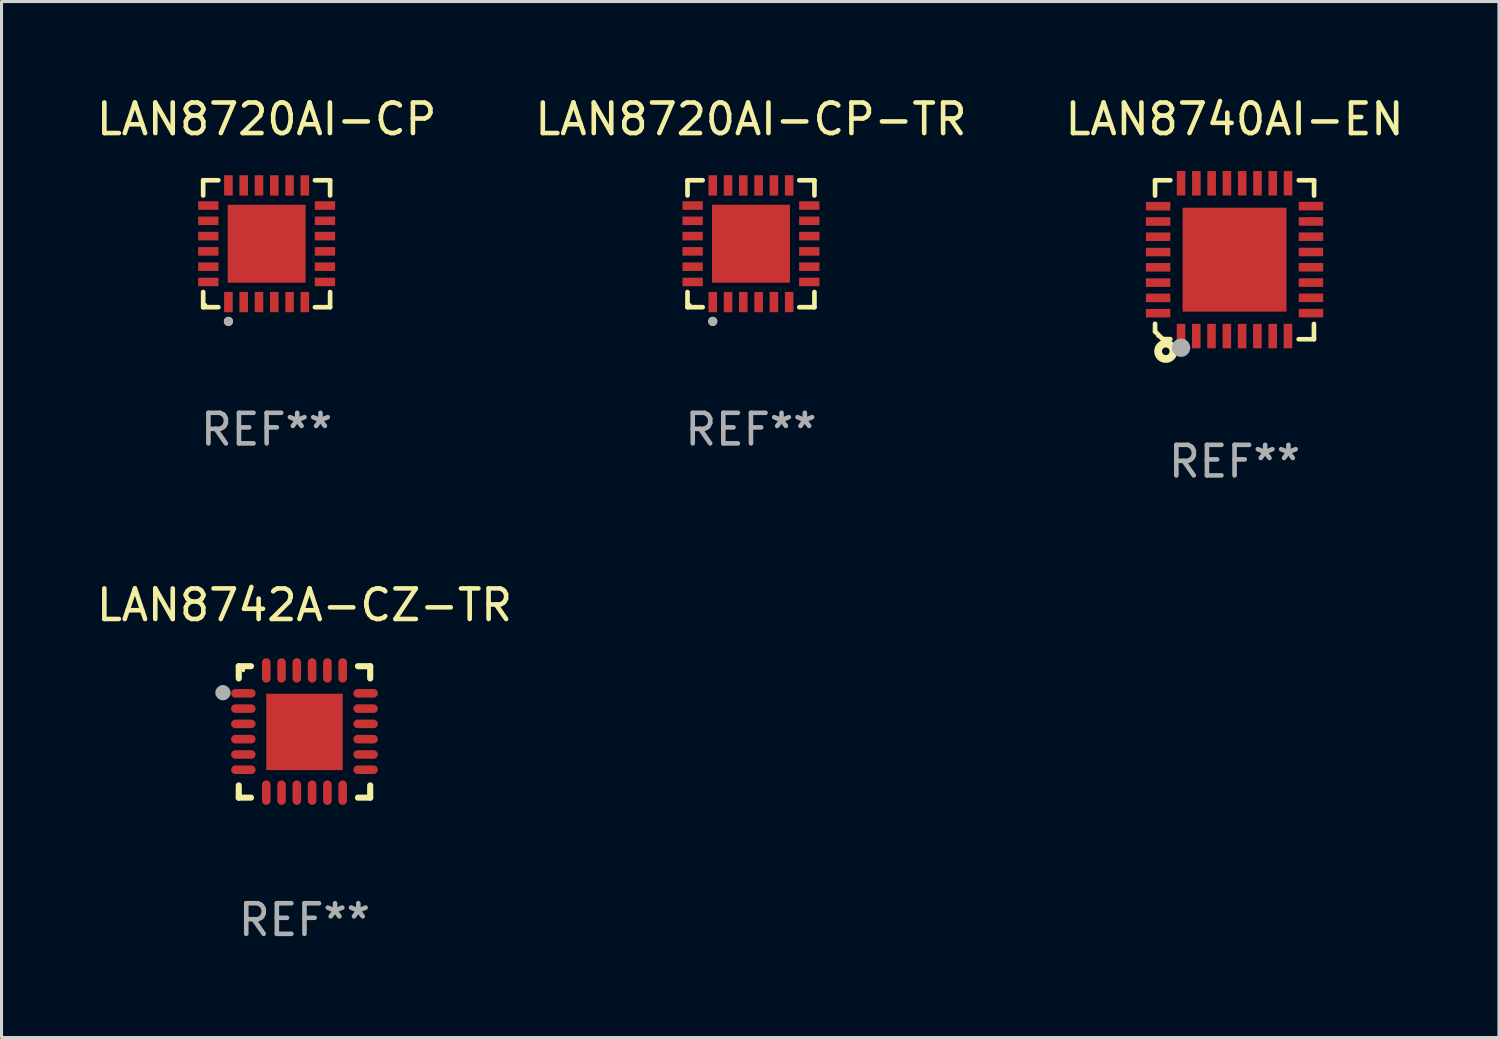
<source format=kicad_pcb>
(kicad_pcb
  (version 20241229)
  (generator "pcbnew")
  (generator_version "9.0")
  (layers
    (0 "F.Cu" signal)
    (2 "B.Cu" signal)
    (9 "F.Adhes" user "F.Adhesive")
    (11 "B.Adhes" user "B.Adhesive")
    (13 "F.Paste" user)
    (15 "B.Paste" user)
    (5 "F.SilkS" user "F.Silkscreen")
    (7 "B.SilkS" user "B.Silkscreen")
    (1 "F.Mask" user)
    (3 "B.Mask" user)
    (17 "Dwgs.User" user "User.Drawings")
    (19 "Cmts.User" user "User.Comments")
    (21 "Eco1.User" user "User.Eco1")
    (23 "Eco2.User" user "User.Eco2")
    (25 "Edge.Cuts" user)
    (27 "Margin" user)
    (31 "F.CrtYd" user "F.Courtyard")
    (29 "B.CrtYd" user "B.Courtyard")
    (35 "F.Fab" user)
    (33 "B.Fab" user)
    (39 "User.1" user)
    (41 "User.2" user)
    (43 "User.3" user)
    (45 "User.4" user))
  (footprint "LAN8720AI-CP-TR"
    (layer "F.Cu")
    (at 21.518 4.924)
    (property "Reference" "LAN8720AI-CP-TR" (at 0 -4.076 0) (layer "F.SilkS") (effects (font (size 1 1) (thickness 0.15))))
    (attr through_hole)
    (fp_line (start -2.076 -2.076) (end -1.58 -2.076) (stroke (width 0.152) (type solid)) (layer "F.SilkS"))
    (fp_line (start -2.076 -1.58) (end -2.076 -2.076) (stroke (width 0.152) (type solid)) (layer "F.SilkS"))
    (fp_line (start -2.076 1.58) (end -2.076 2.076) (stroke (width 0.152) (type solid)) (layer "F.SilkS"))
    (fp_line (start -2.076 2.076) (end -1.58 2.076) (stroke (width 0.152) (type solid)) (layer "F.SilkS"))
    (fp_line (start 2.076 -2.076) (end 1.58 -2.076) (stroke (width 0.152) (type solid)) (layer "F.SilkS"))
    (fp_line (start 2.076 -1.58) (end 2.076 -2.076) (stroke (width 0.152) (type solid)) (layer "F.SilkS"))
    (fp_line (start 2.076 1.58) (end 2.076 2.076) (stroke (width 0.152) (type solid)) (layer "F.SilkS"))
    (fp_line (start 2.076 2.076) (end 1.58 2.076) (stroke (width 0.152) (type solid)) (layer "F.SilkS"))
    (fp_circle (center -2 2) (end -1.97 2) (stroke (width 0.06) (type solid)) (fill no) (layer "F.SilkS"))
    (fp_circle (center -1.25 2.54) (end -1.175 2.54) (stroke (width 0.15) (type solid)) (fill no) (layer "F.SilkS"))
    (fp_circle (center -1.25 2.54) (end -1.175 2.54) (stroke (width 0.15) (type solid)) (fill no) (layer "F.Fab"))
    (fp_text user "REF**" (at 0 6.076 0) (layer "F.Fab") (effects (font (size 1 1) (thickness 0.15))))
    (pad "1" smd rect (at -1.25 1.908) (size 0.28 0.665) (layers "F.Cu" "F.Mask" "F.Paste"))
    (pad "2" smd rect (at -0.75 1.908) (size 0.28 0.665) (layers "F.Cu" "F.Mask" "F.Paste"))
    (pad "3" smd rect (at -0.25 1.908) (size 0.28 0.665) (layers "F.Cu" "F.Mask" "F.Paste"))
    (pad "4" smd rect (at 0.25 1.908) (size 0.28 0.665) (layers "F.Cu" "F.Mask" "F.Paste"))
    (pad "5" smd rect (at 0.75 1.908) (size 0.28 0.665) (layers "F.Cu" "F.Mask" "F.Paste"))
    (pad "6" smd rect (at 1.25 1.908) (size 0.28 0.665) (layers "F.Cu" "F.Mask" "F.Paste"))
    (pad "7" smd rect (at 1.908 1.25) (size 0.665 0.28) (layers "F.Cu" "F.Mask" "F.Paste"))
    (pad "8" smd rect (at 1.908 0.75) (size 0.665 0.28) (layers "F.Cu" "F.Mask" "F.Paste"))
    (pad "9" smd rect (at 1.908 0.25) (size 0.665 0.28) (layers "F.Cu" "F.Mask" "F.Paste"))
    (pad "10" smd rect (at 1.908 -0.25) (size 0.665 0.28) (layers "F.Cu" "F.Mask" "F.Paste"))
    (pad "11" smd rect (at 1.908 -0.75) (size 0.665 0.28) (layers "F.Cu" "F.Mask" "F.Paste"))
    (pad "12" smd rect (at 1.908 -1.25) (size 0.665 0.28) (layers "F.Cu" "F.Mask" "F.Paste"))
    (pad "13" smd rect (at 1.25 -1.908) (size 0.28 0.665) (layers "F.Cu" "F.Mask" "F.Paste"))
    (pad "14" smd rect (at 0.75 -1.908) (size 0.28 0.665) (layers "F.Cu" "F.Mask" "F.Paste"))
    (pad "15" smd rect (at 0.25 -1.908) (size 0.28 0.665) (layers "F.Cu" "F.Mask" "F.Paste"))
    (pad "16" smd rect (at -0.25 -1.908) (size 0.28 0.665) (layers "F.Cu" "F.Mask" "F.Paste"))
    (pad "17" smd rect (at -0.75 -1.908) (size 0.28 0.665) (layers "F.Cu" "F.Mask" "F.Paste"))
    (pad "18" smd rect (at -1.25 -1.908) (size 0.28 0.665) (layers "F.Cu" "F.Mask" "F.Paste"))
    (pad "19" smd rect (at -1.908 -1.25) (size 0.665 0.28) (layers "F.Cu" "F.Mask" "F.Paste"))
    (pad "20" smd rect (at -1.908 -0.75) (size 0.665 0.28) (layers "F.Cu" "F.Mask" "F.Paste"))
    (pad "21" smd rect (at -1.908 -0.25) (size 0.665 0.28) (layers "F.Cu" "F.Mask" "F.Paste"))
    (pad "22" smd rect (at -1.908 0.25) (size 0.665 0.28) (layers "F.Cu" "F.Mask" "F.Paste"))
    (pad "23" smd rect (at -1.908 0.75) (size 0.665 0.28) (layers "F.Cu" "F.Mask" "F.Paste"))
    (pad "24" smd rect (at -1.908 1.25) (size 0.665 0.28) (layers "F.Cu" "F.Mask" "F.Paste"))
    (pad "25" smd rect (at 0 0) (size 2.55 2.55) (layers "F.Cu" "F.Mask" "F.Paste")))
  (footprint "LAN8740AI-EN"
    (layer "F.Cu")
    (at 37.339 5.448)
    (property "Reference" "LAN8740AI-EN" (at 0 -4.6 0) (layer "F.SilkS") (effects (font (size 1 1) (thickness 0.15))))
    (attr through_hole)
    (fp_line (start -2.601 2.097) (end -2.601 2.347) (stroke (width 0.152) (type solid)) (layer "F.SilkS"))
    (fp_line (start -2.601 2.347) (end -2.351 2.597) (stroke (width 0.152) (type solid)) (layer "F.SilkS"))
    (fp_line (start -2.601 -2.6) (end -2.601 -2.1) (stroke (width 0.152) (type solid)) (layer "F.SilkS"))
    (fp_line (start -2.601 -2.6) (end -2.101 -2.6) (stroke (width 0.152) (type solid)) (layer "F.SilkS"))
    (fp_line (start -2.351 2.597) (end -2.101 2.597) (stroke (width 0.152) (type solid)) (layer "F.SilkS"))
    (fp_line (start 2.597 2.6) (end 2.097 2.6) (stroke (width 0.152) (type solid)) (layer "F.SilkS"))
    (fp_line (start 2.597 2.6) (end 2.597 2.1) (stroke (width 0.152) (type solid)) (layer "F.SilkS"))
    (fp_line (start 2.601 -2.6) (end 2.101 -2.6) (stroke (width 0.152) (type solid)) (layer "F.SilkS"))
    (fp_line (start 2.601 -2.6) (end 2.601 -2.1) (stroke (width 0.152) (type solid)) (layer "F.SilkS"))
    (fp_circle (center -2.501 2.497) (end -2.471 2.497) (stroke (width 0.06) (type solid)) (fill no) (layer "F.SilkS"))
    (fp_circle (center -2.25 2.995) (end -2.125 2.995) (stroke (width 0.254) (type solid)) (fill no) (layer "F.SilkS"))
    (fp_circle (center -1.751 2.878) (end -1.601 2.878) (stroke (width 0.3) (type solid)) (fill no) (layer "F.Fab"))
    (fp_text user "REF**" (at 0 6.6 0) (layer "F.Fab") (effects (font (size 1 1) (thickness 0.15))))
    (pad "1" smd rect (at -1.751 2.497) (size 0.28 0.8) (layers "F.Cu" "F.Mask" "F.Paste"))
    (pad "2" smd rect (at -1.253 2.497) (size 0.28 0.8) (layers "F.Cu" "F.Mask" "F.Paste"))
    (pad "3" smd rect (at -0.753 2.497) (size 0.28 0.8) (layers "F.Cu" "F.Mask" "F.Paste"))
    (pad "4" smd rect (at -0.253 2.497) (size 0.28 0.8) (layers "F.Cu" "F.Mask" "F.Paste"))
    (pad "5" smd rect (at 0.247 2.497) (size 0.28 0.8) (layers "F.Cu" "F.Mask" "F.Paste"))
    (pad "6" smd rect (at 0.747 2.497) (size 0.28 0.8) (layers "F.Cu" "F.Mask" "F.Paste"))
    (pad "7" smd rect (at 1.247 2.497) (size 0.28 0.8) (layers "F.Cu" "F.Mask" "F.Paste"))
    (pad "8" smd rect (at 1.747 2.497) (size 0.28 0.8) (layers "F.Cu" "F.Mask" "F.Paste"))
    (pad "9" smd rect (at 2.499 1.746) (size 0.8 0.28) (layers "F.Cu" "F.Mask" "F.Paste"))
    (pad "10" smd rect (at 2.499 1.245) (size 0.8 0.28) (layers "F.Cu" "F.Mask" "F.Paste"))
    (pad "11" smd rect (at 2.499 0.746) (size 0.8 0.28) (layers "F.Cu" "F.Mask" "F.Paste"))
    (pad "12" smd rect (at 2.499 0.245) (size 0.8 0.28) (layers "F.Cu" "F.Mask" "F.Paste"))
    (pad "13" smd rect (at 2.499 -0.254) (size 0.8 0.28) (layers "F.Cu" "F.Mask" "F.Paste"))
    (pad "14" smd rect (at 2.499 -0.755) (size 0.8 0.28) (layers "F.Cu" "F.Mask" "F.Paste"))
    (pad "15" smd rect (at 2.499 -1.254) (size 0.8 0.28) (layers "F.Cu" "F.Mask" "F.Paste"))
    (pad "16" smd rect (at 2.499 -1.755) (size 0.8 0.28) (layers "F.Cu" "F.Mask" "F.Paste"))
    (pad "17" smd rect (at 1.75 -2.502) (size 0.28 0.8) (layers "F.Cu" "F.Mask" "F.Paste"))
    (pad "18" smd rect (at 1.25 -2.502) (size 0.28 0.8) (layers "F.Cu" "F.Mask" "F.Paste"))
    (pad "19" smd rect (at 0.75 -2.502) (size 0.28 0.8) (layers "F.Cu" "F.Mask" "F.Paste"))
    (pad "20" smd rect (at 0.25 -2.502) (size 0.28 0.8) (layers "F.Cu" "F.Mask" "F.Paste"))
    (pad "21" smd rect (at -0.25 -2.502) (size 0.28 0.8) (layers "F.Cu" "F.Mask" "F.Paste"))
    (pad "22" smd rect (at -0.75 -2.502) (size 0.28 0.8) (layers "F.Cu" "F.Mask" "F.Paste"))
    (pad "23" smd rect (at -1.25 -2.502) (size 0.28 0.8) (layers "F.Cu" "F.Mask" "F.Paste"))
    (pad "24" smd rect (at -1.75 -2.502) (size 0.28 0.8) (layers "F.Cu" "F.Mask" "F.Paste"))
    (pad "25" smd rect (at -2.501 -1.753) (size 0.8 0.28) (layers "F.Cu" "F.Mask" "F.Paste"))
    (pad "26" smd rect (at -2.501 -1.252) (size 0.8 0.28) (layers "F.Cu" "F.Mask" "F.Paste"))
    (pad "27" smd rect (at -2.501 -0.753) (size 0.8 0.28) (layers "F.Cu" "F.Mask" "F.Paste"))
    (pad "28" smd rect (at -2.501 -0.252) (size 0.8 0.28) (layers "F.Cu" "F.Mask" "F.Paste"))
    (pad "29" smd rect (at -2.501 0.247) (size 0.8 0.28) (layers "F.Cu" "F.Mask" "F.Paste"))
    (pad "30" smd rect (at -2.501 0.748) (size 0.8 0.28) (layers "F.Cu" "F.Mask" "F.Paste"))
    (pad "31" smd rect (at -2.501 1.247) (size 0.8 0.28) (layers "F.Cu" "F.Mask" "F.Paste"))
    (pad "32" smd rect (at -2.501 1.748) (size 0.8 0.28) (layers "F.Cu" "F.Mask" "F.Paste"))
    (pad "33" smd rect (at -0.001 -0.003 180) (size 3.4 3.4) (layers "F.Cu" "F.Mask" "F.Paste")))
  (footprint "LAN8742A-CZ-TR"
    (layer "F.Cu")
    (at 6.911 20.895)
    (property "Reference" "LAN8742A-CZ-TR" (at 0 -4.15 0) (layer "F.SilkS") (effects (font (size 1 1) (thickness 0.15))))
    (attr through_hole)
    (fp_line (start -2.15 -2.15) (end -1.75 -2.15) (stroke (width 0.2) (type solid)) (layer "F.SilkS"))
    (fp_line (start -2.15 -1.75) (end -2.15 -2.15) (stroke (width 0.2) (type solid)) (layer "F.SilkS"))
    (fp_line (start -2.15 2.15) (end -2.15 1.75) (stroke (width 0.2) (type solid)) (layer "F.SilkS"))
    (fp_line (start -1.75 2.15) (end -2.15 2.15) (stroke (width 0.2) (type solid)) (layer "F.SilkS"))
    (fp_line (start 1.75 -2.15) (end 2.15 -2.15) (stroke (width 0.2) (type solid)) (layer "F.SilkS"))
    (fp_line (start 1.75 2.15) (end 2.15 2.15) (stroke (width 0.2) (type solid)) (layer "F.SilkS"))
    (fp_line (start 2.15 -2.15) (end 2.15 -1.75) (stroke (width 0.2) (type solid)) (layer "F.SilkS"))
    (fp_line (start 2.15 2.15) (end 2.15 1.75) (stroke (width 0.2) (type solid)) (layer "F.SilkS"))
    (fp_circle (center -2 -2.013) (end -1.97 -2.013) (stroke (width 0.06) (type solid)) (fill no) (layer "F.SilkS"))
    (fp_circle (center -2.667 -1.283) (end -2.542 -1.283) (stroke (width 0.25) (type solid)) (fill no) (layer "F.Fab"))
    (fp_text user "REF**" (at 0 6.15 0) (layer "F.Fab") (effects (font (size 1 1) (thickness 0.15))))
    (pad "1" smd oval (at -2 -1.263) (size 0.8 0.28) (layers "F.Cu" "F.Mask" "F.Paste"))
    (pad "2" smd oval (at -2 -0.763) (size 0.8 0.28) (layers "F.Cu" "F.Mask" "F.Paste"))
    (pad "3" smd oval (at -2 -0.263) (size 0.8 0.28) (layers "F.Cu" "F.Mask" "F.Paste"))
    (pad "4" smd oval (at -2 0.237) (size 0.8 0.28) (layers "F.Cu" "F.Mask" "F.Paste"))
    (pad "5" smd oval (at -2 0.737) (size 0.8 0.28) (layers "F.Cu" "F.Mask" "F.Paste"))
    (pad "6" smd oval (at -2 1.237) (size 0.8 0.28) (layers "F.Cu" "F.Mask" "F.Paste"))
    (pad "7" smd oval (at -1.25 1.987) (size 0.28 0.8) (layers "F.Cu" "F.Mask" "F.Paste"))
    (pad "8" smd oval (at -0.75 1.987) (size 0.28 0.8) (layers "F.Cu" "F.Mask" "F.Paste"))
    (pad "9" smd oval (at -0.25 1.987) (size 0.28 0.8) (layers "F.Cu" "F.Mask" "F.Paste"))
    (pad "10" smd oval (at 0.25 1.987) (size 0.28 0.8) (layers "F.Cu" "F.Mask" "F.Paste"))
    (pad "11" smd oval (at 0.75 1.987) (size 0.28 0.8) (layers "F.Cu" "F.Mask" "F.Paste"))
    (pad "12" smd oval (at 1.25 1.987) (size 0.28 0.8) (layers "F.Cu" "F.Mask" "F.Paste"))
    (pad "13" smd oval (at 2 1.237) (size 0.8 0.28) (layers "F.Cu" "F.Mask" "F.Paste"))
    (pad "14" smd oval (at 2 0.737) (size 0.8 0.28) (layers "F.Cu" "F.Mask" "F.Paste"))
    (pad "15" smd oval (at 2 0.237) (size 0.8 0.28) (layers "F.Cu" "F.Mask" "F.Paste"))
    (pad "16" smd oval (at 2 -0.263) (size 0.8 0.28) (layers "F.Cu" "F.Mask" "F.Paste"))
    (pad "17" smd oval (at 2 -0.763) (size 0.8 0.28) (layers "F.Cu" "F.Mask" "F.Paste"))
    (pad "18" smd oval (at 2 -1.263) (size 0.8 0.28) (layers "F.Cu" "F.Mask" "F.Paste"))
    (pad "19" smd oval (at 1.25 -2.013) (size 0.28 0.8) (layers "F.Cu" "F.Mask" "F.Paste"))
    (pad "20" smd oval (at 0.75 -2.013) (size 0.28 0.8) (layers "F.Cu" "F.Mask" "F.Paste"))
    (pad "21" smd oval (at 0.25 -2.013) (size 0.28 0.8) (layers "F.Cu" "F.Mask" "F.Paste"))
    (pad "22" smd oval (at -0.25 -2.013) (size 0.28 0.8) (layers "F.Cu" "F.Mask" "F.Paste"))
    (pad "23" smd oval (at -0.75 -2.013) (size 0.28 0.8) (layers "F.Cu" "F.Mask" "F.Paste"))
    (pad "24" smd oval (at -1.25 -2.013) (size 0.28 0.8) (layers "F.Cu" "F.Mask" "F.Paste"))
    (pad "25" smd rect (at -0.000127 -0.00014) (size 2.5 2.5) (layers "F.Cu" "F.Mask" "F.Paste")))
  (footprint "LAN8720AI-CP"
    (layer "F.Cu")
    (at 5.673 4.924)
    (property "Reference" "LAN8720AI-CP" (at 0 -4.076 0) (layer "F.SilkS") (effects (font (size 1 1) (thickness 0.15))))
    (attr through_hole)
    (fp_line (start -2.076 -2.076) (end -1.58 -2.076) (stroke (width 0.152) (type solid)) (layer "F.SilkS"))
    (fp_line (start -2.076 -1.58) (end -2.076 -2.076) (stroke (width 0.152) (type solid)) (layer "F.SilkS"))
    (fp_line (start -2.076 1.58) (end -2.076 2.076) (stroke (width 0.152) (type solid)) (layer "F.SilkS"))
    (fp_line (start -2.076 2.076) (end -1.58 2.076) (stroke (width 0.152) (type solid)) (layer "F.SilkS"))
    (fp_line (start 2.076 -2.076) (end 1.58 -2.076) (stroke (width 0.152) (type solid)) (layer "F.SilkS"))
    (fp_line (start 2.076 -1.58) (end 2.076 -2.076) (stroke (width 0.152) (type solid)) (layer "F.SilkS"))
    (fp_line (start 2.076 1.58) (end 2.076 2.076) (stroke (width 0.152) (type solid)) (layer "F.SilkS"))
    (fp_line (start 2.076 2.076) (end 1.58 2.076) (stroke (width 0.152) (type solid)) (layer "F.SilkS"))
    (fp_circle (center -2 2) (end -1.97 2) (stroke (width 0.06) (type solid)) (fill no) (layer "F.SilkS"))
    (fp_circle (center -1.25 2.54) (end -1.175 2.54) (stroke (width 0.15) (type solid)) (fill no) (layer "F.SilkS"))
    (fp_circle (center -1.25 2.54) (end -1.175 2.54) (stroke (width 0.15) (type solid)) (fill no) (layer "F.Fab"))
    (fp_text user "REF**" (at 0 6.076 0) (layer "F.Fab") (effects (font (size 1 1) (thickness 0.15))))
    (pad "1" smd rect (at -1.25 1.908) (size 0.28 0.665) (layers "F.Cu" "F.Mask" "F.Paste"))
    (pad "2" smd rect (at -0.75 1.908) (size 0.28 0.665) (layers "F.Cu" "F.Mask" "F.Paste"))
    (pad "3" smd rect (at -0.25 1.908) (size 0.28 0.665) (layers "F.Cu" "F.Mask" "F.Paste"))
    (pad "4" smd rect (at 0.25 1.908) (size 0.28 0.665) (layers "F.Cu" "F.Mask" "F.Paste"))
    (pad "5" smd rect (at 0.75 1.908) (size 0.28 0.665) (layers "F.Cu" "F.Mask" "F.Paste"))
    (pad "6" smd rect (at 1.25 1.908) (size 0.28 0.665) (layers "F.Cu" "F.Mask" "F.Paste"))
    (pad "7" smd rect (at 1.908 1.25) (size 0.665 0.28) (layers "F.Cu" "F.Mask" "F.Paste"))
    (pad "8" smd rect (at 1.908 0.75) (size 0.665 0.28) (layers "F.Cu" "F.Mask" "F.Paste"))
    (pad "9" smd rect (at 1.908 0.25) (size 0.665 0.28) (layers "F.Cu" "F.Mask" "F.Paste"))
    (pad "10" smd rect (at 1.908 -0.25) (size 0.665 0.28) (layers "F.Cu" "F.Mask" "F.Paste"))
    (pad "11" smd rect (at 1.908 -0.75) (size 0.665 0.28) (layers "F.Cu" "F.Mask" "F.Paste"))
    (pad "12" smd rect (at 1.908 -1.25) (size 0.665 0.28) (layers "F.Cu" "F.Mask" "F.Paste"))
    (pad "13" smd rect (at 1.25 -1.908) (size 0.28 0.665) (layers "F.Cu" "F.Mask" "F.Paste"))
    (pad "14" smd rect (at 0.75 -1.908) (size 0.28 0.665) (layers "F.Cu" "F.Mask" "F.Paste"))
    (pad "15" smd rect (at 0.25 -1.908) (size 0.28 0.665) (layers "F.Cu" "F.Mask" "F.Paste"))
    (pad "16" smd rect (at -0.25 -1.908) (size 0.28 0.665) (layers "F.Cu" "F.Mask" "F.Paste"))
    (pad "17" smd rect (at -0.75 -1.908) (size 0.28 0.665) (layers "F.Cu" "F.Mask" "F.Paste"))
    (pad "18" smd rect (at -1.25 -1.908) (size 0.28 0.665) (layers "F.Cu" "F.Mask" "F.Paste"))
    (pad "19" smd rect (at -1.908 -1.25) (size 0.665 0.28) (layers "F.Cu" "F.Mask" "F.Paste"))
    (pad "20" smd rect (at -1.908 -0.75) (size 0.665 0.28) (layers "F.Cu" "F.Mask" "F.Paste"))
    (pad "21" smd rect (at -1.908 -0.25) (size 0.665 0.28) (layers "F.Cu" "F.Mask" "F.Paste"))
    (pad "22" smd rect (at -1.908 0.25) (size 0.665 0.28) (layers "F.Cu" "F.Mask" "F.Paste"))
    (pad "23" smd rect (at -1.908 0.75) (size 0.665 0.28) (layers "F.Cu" "F.Mask" "F.Paste"))
    (pad "24" smd rect (at -1.908 1.25) (size 0.665 0.28) (layers "F.Cu" "F.Mask" "F.Paste"))
    (pad "25" smd rect (at 0 0) (size 2.55 2.55) (layers "F.Cu" "F.Mask" "F.Paste")))
  (gr_rect
    (start -3 -3)
    (end 45.988 30.893)
    (stroke (width 0.1) (type default))
    (fill no)
    (layer "Edge.Cuts")))
</source>
